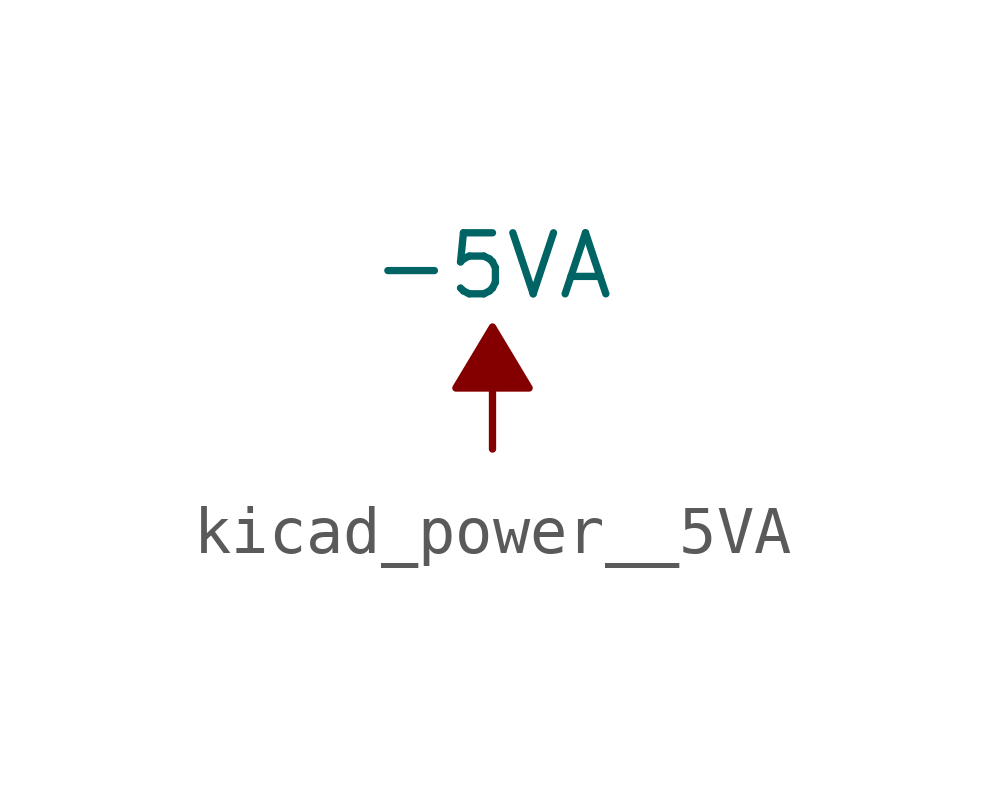
<source format=kicad_sym>
(kicad_symbol_lib
  (version 20220914)
  (generator kicad_symbol_editor)
  (symbol "kicad_power__5VA"
    (power)
    (pin_names
      (offset 0))
    (property "Reference" "#PWR"
      (at 0 2.54 0)
      (effects (font (size 1.27 1.27)) hide))
    (property "Value" "-5VA"
      (at 0 3.81 0)
      (effects (font (size 1.27 1.27))))
    (symbol "kicad_power__5VA_0_0"
      (pin power_in line (at 0 0 90) (length 0) hide (name "-5VA" (effects (font (size 1.27 1.27)))) (number "1" (effects (font (size 1.27 1.27))))))
    (symbol "kicad_power__5VA_0_1"
      (polyline (pts (xy 0 0) (xy 0 1.27) (xy 0.762 1.27) (xy 0 2.54) (xy -0.762 1.27) (xy 0 1.27)) (stroke (width 0) (type default)) (fill (type outline))))))
</source>
